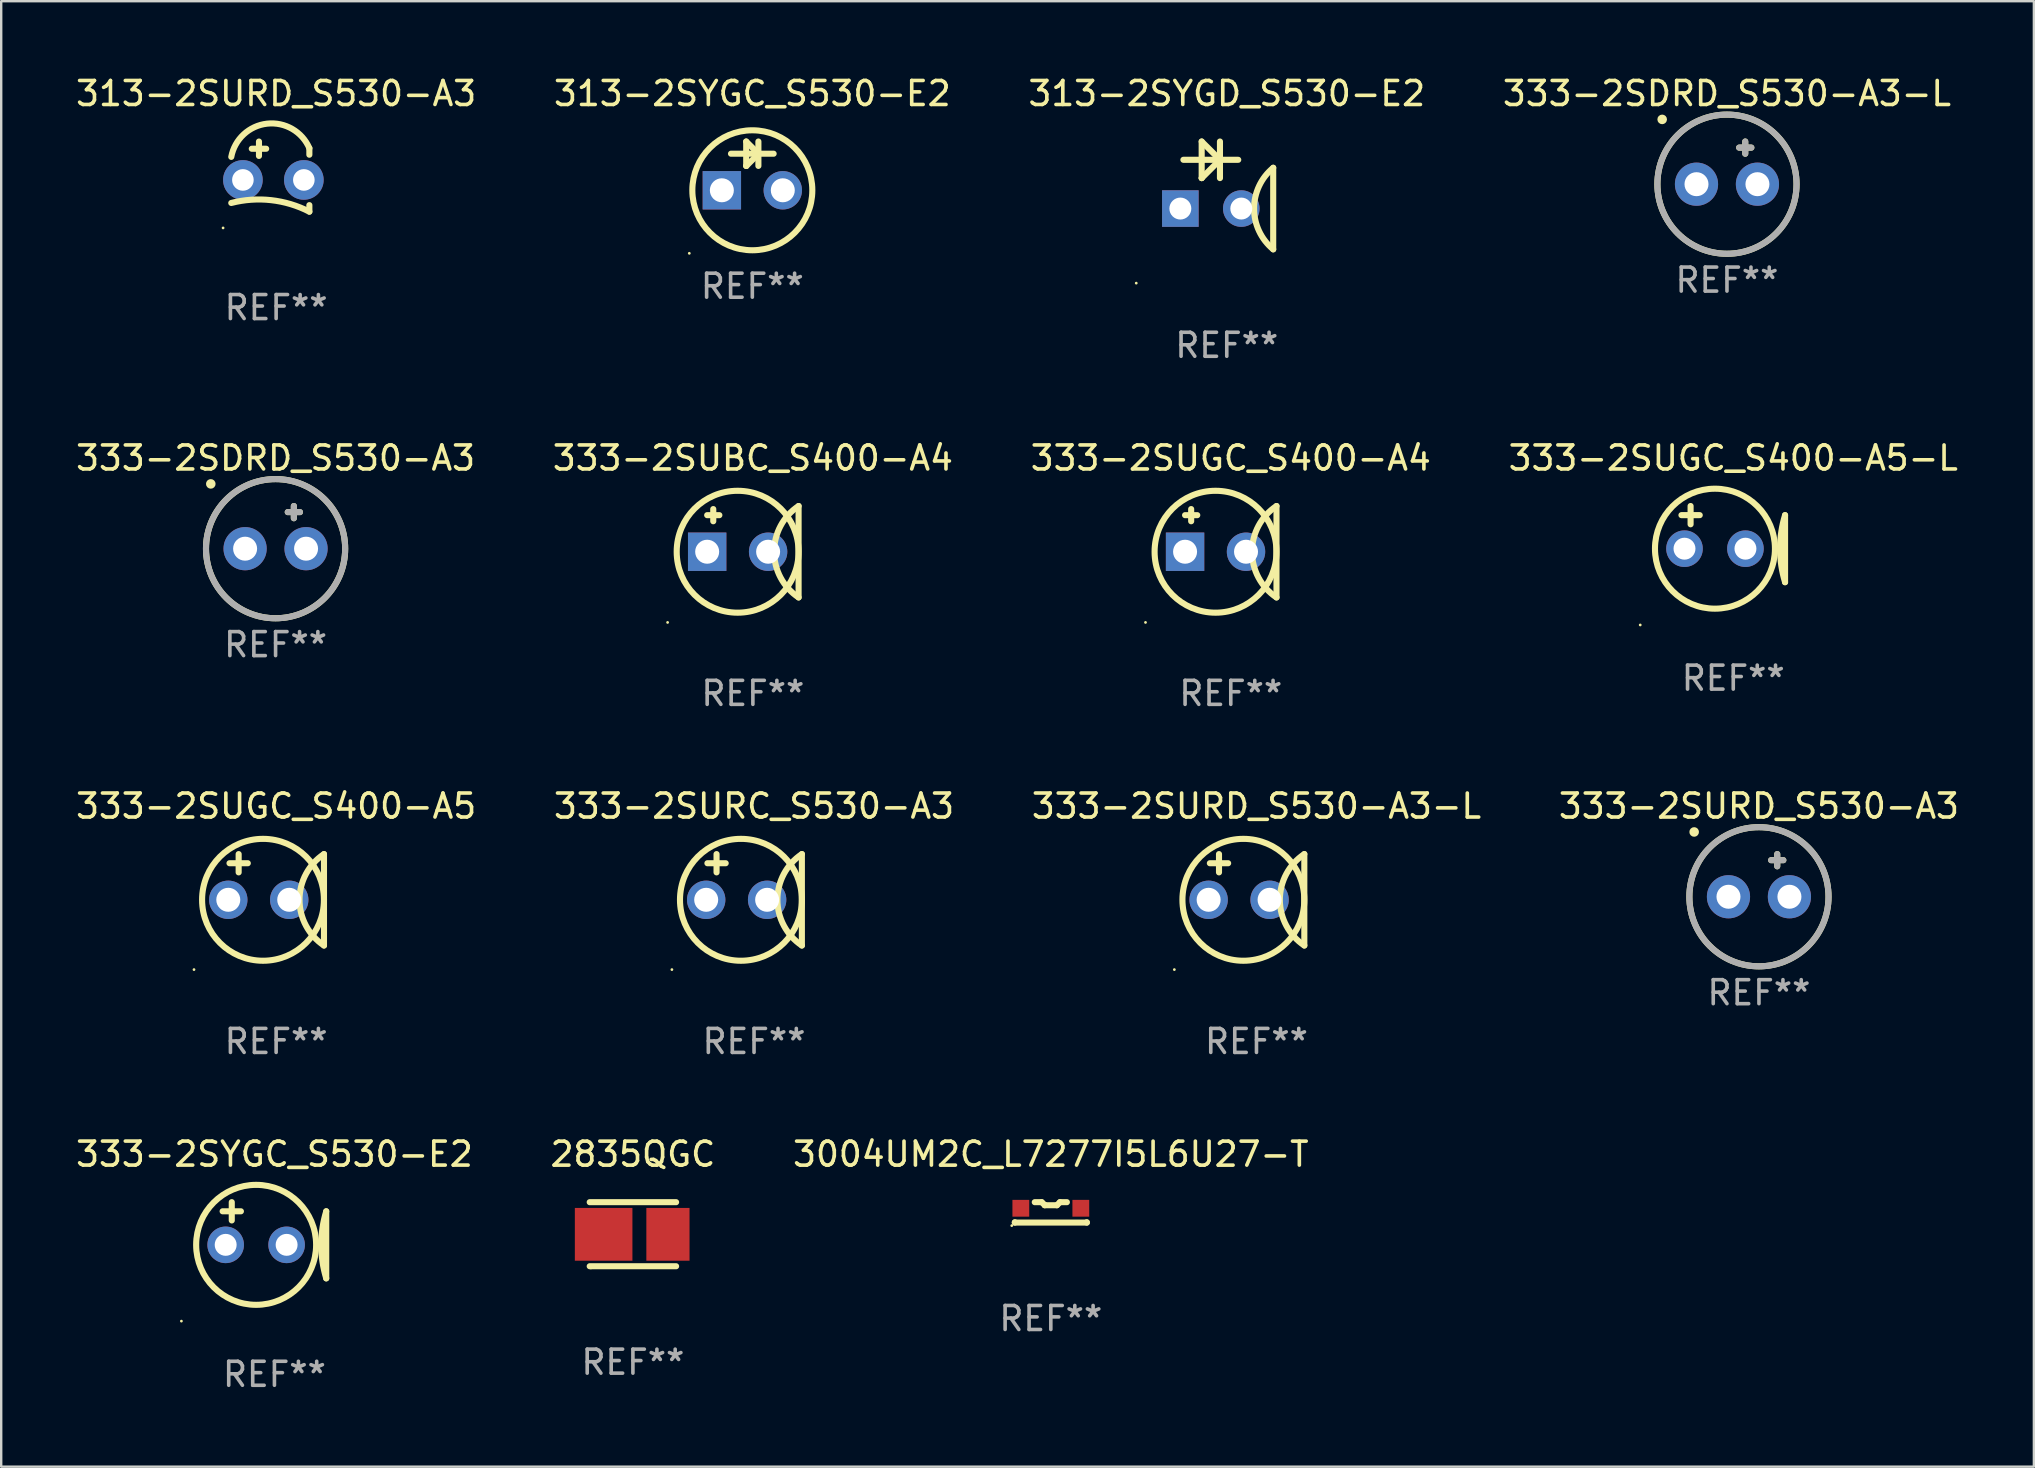
<source format=kicad_pcb>
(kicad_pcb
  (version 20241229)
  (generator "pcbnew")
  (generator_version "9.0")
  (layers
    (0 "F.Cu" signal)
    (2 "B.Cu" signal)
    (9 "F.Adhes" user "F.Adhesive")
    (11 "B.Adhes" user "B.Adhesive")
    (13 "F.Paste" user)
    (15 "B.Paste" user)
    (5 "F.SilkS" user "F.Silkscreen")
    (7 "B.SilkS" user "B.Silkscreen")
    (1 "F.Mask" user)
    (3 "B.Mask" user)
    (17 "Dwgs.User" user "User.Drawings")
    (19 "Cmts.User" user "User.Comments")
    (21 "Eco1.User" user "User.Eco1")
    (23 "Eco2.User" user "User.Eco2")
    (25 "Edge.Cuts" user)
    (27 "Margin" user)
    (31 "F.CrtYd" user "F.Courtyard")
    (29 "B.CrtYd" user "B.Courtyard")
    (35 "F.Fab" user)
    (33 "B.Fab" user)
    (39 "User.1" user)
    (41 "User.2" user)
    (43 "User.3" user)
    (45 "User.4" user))
  (footprint "313-2SYGD_S530-E2"
    (layer "F.Cu")
    (at 48.077 5.095)
    (property "Reference" "313-2SYGD_S530-E2" (at 0 -4.247 0) (layer "F.SilkS") (effects (font (size 1 1) (thickness 0.15))))
    (attr through_hole)
    (fp_line (start -1.808 -1.485) (end 0.478 -1.485) (stroke (width 0.254) (type solid)) (layer "F.SilkS"))
    (fp_line (start -1.046 -2.247) (end -1.046 -0.723) (stroke (width 0.254) (type solid)) (layer "F.SilkS"))
    (fp_line (start -1.046 -0.723) (end -1.044 -0.723) (stroke (width 0.254) (type solid)) (layer "F.SilkS"))
    (fp_line (start -1.044 -0.723) (end -0.282 -1.485) (stroke (width 0.254) (type solid)) (layer "F.SilkS"))
    (fp_line (start -0.284 -2.247) (end -0.284 -0.723) (stroke (width 0.254) (type solid)) (layer "F.SilkS"))
    (fp_line (start -0.284 -1.485) (end -1.046 -2.247) (stroke (width 0.254) (type solid)) (layer "F.SilkS"))
    (fp_line (start -0.278 -1.485) (end -0.284 -1.485) (stroke (width 0.254) (type solid)) (layer "F.SilkS"))
    (fp_line (start 1.935 -1.153) (end 1.935 2.247) (stroke (width 0.254) (type solid)) (layer "F.SilkS"))
    (fp_arc (start 1.935979 2.246266) (mid 1.1372 0.547002) (end 1.93598 -1.152261) (stroke (width 0.254001) (type solid)) (layer "F.SilkS"))
    (fp_circle (center -3.773 3.655) (end -3.743 3.655) (stroke (width 0.06) (type solid)) (fill no) (layer "F.SilkS"))
    (fp_text user "REF**" (at 0 6.247 0) (layer "F.Fab") (effects (font (size 1 1) (thickness 0.15))))
    (pad "1" thru_hole rect (at -1.935 0.547) (size 1.524 1.524) (drill 0.914) (layers "*.Cu" "*.Mask"))
    (pad "2" thru_hole circle (at 0.605 0.547) (size 1.524 1.524) (drill 0.914) (layers "*.Cu" "*.Mask")))
  (footprint "333-2SUGC_S400-A5-L"
    (layer "F.Cu")
    (at 69.185 19.626)
    (property "Reference" "333-2SUGC_S400-A5-L" (at 0 -3.588 0) (layer "F.SilkS") (effects (font (size 1 1) (thickness 0.15))))
    (attr through_hole)
    (fp_line (start -2.159 -1.207) (end -1.397 -1.207) (stroke (width 0.254) (type solid)) (layer "F.SilkS"))
    (fp_line (start -1.778 -0.826) (end -1.778 -1.588) (stroke (width 0.254) (type solid)) (layer "F.SilkS"))
    (fp_line (start 2.159 -1.207) (end 2.159 1.588) (stroke (width 0.254) (type solid)) (layer "F.SilkS"))
    (fp_arc (start 2.159005 1.587504) (mid 1.950538 0.190501) (end 2.159004 -1.206502) (stroke (width 0.254001) (type solid)) (layer "F.SilkS"))
    (fp_circle (center -3.877 3.37) (end -3.847 3.37) (stroke (width 0.06) (type solid)) (fill no) (layer "F.SilkS"))
    (fp_circle (center -0.762 0.191) (end 1.738 0.191) (stroke (width 0.254) (type solid)) (fill no) (layer "F.SilkS"))
    (fp_text user "REF**" (at 0 5.588 0) (layer "F.Fab") (effects (font (size 1 1) (thickness 0.15))))
    (pad "1" thru_hole circle (at -2.032 0.191) (size 1.524 1.524) (drill 0.914) (layers "*.Cu" "*.Mask"))
    (pad "2" thru_hole circle (at 0.508 0.191) (size 1.524 1.524) (drill 0.914) (layers "*.Cu" "*.Mask")))
  (footprint "333-2SURC_S530-A3"
    (layer "F.Cu")
    (at 28.375 34.45)
    (property "Reference" "333-2SURC_S530-A3" (at 0 -3.905 0) (layer "F.SilkS") (effects (font (size 1 1) (thickness 0.15))))
    (attr through_hole)
    (fp_line (start -1.943 -1.524) (end -1.181 -1.524) (stroke (width 0.254) (type solid)) (layer "F.SilkS"))
    (fp_line (start -1.562 -1.143) (end -1.562 -1.905) (stroke (width 0.254) (type solid)) (layer "F.SilkS"))
    (fp_line (start 1.994 1.905) (end 1.994 -1.905) (stroke (width 0.254) (type solid)) (layer "F.SilkS"))
    (fp_arc (start 1.993899 1.905) (mid 0.974377 0) (end 1.993899 -1.905) (stroke (width 0.254001) (type solid)) (layer "F.SilkS"))
    (fp_circle (center -3.423 2.909) (end -3.393 2.909) (stroke (width 0.06) (type solid)) (fill no) (layer "F.SilkS"))
    (fp_circle (center -0.546 0) (end 1.994 0) (stroke (width 0.254) (type solid)) (fill no) (layer "F.SilkS"))
    (fp_text user "REF**" (at 0 5.905 0) (layer "F.Fab") (effects (font (size 1 1) (thickness 0.15))))
    (pad "1" thru_hole circle (at -1.994 0) (size 1.6 1.6) (drill 1) (layers "*.Cu" "*.Mask"))
    (pad "2" thru_hole circle (at 0.546 0) (size 1.6 1.6) (drill 1) (layers "*.Cu" "*.Mask")))
  (footprint "313-2SYGC_S530-E2"
    (layer "F.Cu")
    (at 28.304 3.864)
    (property "Reference" "313-2SYGC_S530-E2" (at 0 -3.016 0) (layer "F.SilkS") (effects (font (size 1 1) (thickness 0.15))))
    (attr through_hole)
    (fp_line (start -0.889 -0.508) (end 0.888 -0.508) (stroke (width 0.254) (type solid)) (layer "F.SilkS"))
    (fp_line (start -0.255 -1.016) (end -0.255 0) (stroke (width 0.254) (type solid)) (layer "F.SilkS"))
    (fp_line (start -0.255 0) (end -0.248 0) (stroke (width 0.254) (type solid)) (layer "F.SilkS"))
    (fp_line (start -0.248 0) (end 0.26 -0.508) (stroke (width 0.254) (type solid)) (layer "F.SilkS"))
    (fp_line (start 0.246 -0.515) (end -0.255 -1.016) (stroke (width 0.254) (type solid)) (layer "F.SilkS"))
    (fp_line (start 0.246 -0.508) (end 0.246 -0.515) (stroke (width 0.254) (type solid)) (layer "F.SilkS"))
    (fp_line (start 0.253 -1.016) (end 0.253 0) (stroke (width 0.254) (type solid)) (layer "F.SilkS"))
    (fp_circle (center -2.627 3.643) (end -2.597 3.643) (stroke (width 0.06) (type solid)) (fill no) (layer "F.SilkS"))
    (fp_circle (center 0 1.016) (end 2.5 1.016) (stroke (width 0.254) (type solid)) (fill no) (layer "F.SilkS"))
    (fp_text user "REF**" (at 0 5.016 0) (layer "F.Fab") (effects (font (size 1 1) (thickness 0.15))))
    (pad "1" thru_hole rect (at -1.27 1.016) (size 1.6 1.6) (drill 1) (layers "*.Cu" "*.Mask"))
    (pad "2" thru_hole circle (at 1.27 1.016) (size 1.6 1.6) (drill 1) (layers "*.Cu" "*.Mask")))
  (footprint "333-2SURD_S530-A3-L"
    (layer "F.Cu")
    (at 49.315 34.45)
    (property "Reference" "333-2SURD_S530-A3-L" (at 0 -3.905 0) (layer "F.SilkS") (effects (font (size 1 1) (thickness 0.15))))
    (attr through_hole)
    (fp_line (start -1.943 -1.524) (end -1.181 -1.524) (stroke (width 0.254) (type solid)) (layer "F.SilkS"))
    (fp_line (start -1.562 -1.143) (end -1.562 -1.905) (stroke (width 0.254) (type solid)) (layer "F.SilkS"))
    (fp_line (start 1.994 1.905) (end 1.994 -1.905) (stroke (width 0.254) (type solid)) (layer "F.SilkS"))
    (fp_arc (start 1.993899 1.905) (mid 0.974377 0) (end 1.993899 -1.905) (stroke (width 0.254001) (type solid)) (layer "F.SilkS"))
    (fp_circle (center -3.423 2.909) (end -3.393 2.909) (stroke (width 0.06) (type solid)) (fill no) (layer "F.SilkS"))
    (fp_circle (center -0.546 0) (end 1.994 0) (stroke (width 0.254) (type solid)) (fill no) (layer "F.SilkS"))
    (fp_text user "REF**" (at 0 5.905 0) (layer "F.Fab") (effects (font (size 1 1) (thickness 0.15))))
    (pad "1" thru_hole circle (at -1.994 0) (size 1.6 1.6) (drill 1) (layers "*.Cu" "*.Mask"))
    (pad "2" thru_hole circle (at 0.546 0) (size 1.6 1.6) (drill 1) (layers "*.Cu" "*.Mask")))
  (footprint "313-2SURD_S530-A3"
    (layer "F.Cu")
    (at 8.458 4.31)
    (property "Reference" "313-2SURD_S530-A3" (at 0 -3.461 0) (layer "F.SilkS") (effects (font (size 1 1) (thickness 0.15))))
    (attr through_hole)
    (fp_line (start -1.015 -1.161) (end -0.415 -1.161) (stroke (width 0.254) (type solid)) (layer "F.SilkS"))
    (fp_line (start -0.715 -1.461) (end -0.715 -0.861) (stroke (width 0.254) (type solid)) (layer "F.SilkS"))
    (fp_line (start 1.385 -0.912) (end 1.385 -1.184) (stroke (width 0.254) (type solid)) (layer "F.SilkS"))
    (fp_line (start 1.385 1.461) (end 1.385 1.189) (stroke (width 0.254) (type solid)) (layer "F.SilkS"))
    (fp_arc (start -1.869406 -0.821678) (mid -0.376295 -2.206311) (end 1.385001 -1.184341) (stroke (width 0.254001) (type solid)) (layer "F.SilkS"))
    (fp_arc (start -1.869406 1.098768) (mid -0.20894 0.981616) (end 1.385001 1.46143) (stroke (width 0.254001) (type solid)) (layer "F.SilkS"))
    (fp_circle (center -2.211 2.139) (end -2.181 2.139) (stroke (width 0.06) (type solid)) (fill no) (layer "F.SilkS"))
    (fp_text user "REF**" (at 0 5.461 0) (layer "F.Fab") (effects (font (size 1 1) (thickness 0.15))))
    (pad "1" thru_hole circle (at -1.385 0.139) (size 1.651 1.651) (drill 0.9) (layers "*.Cu" "*.Mask"))
    (pad "2" thru_hole circle (at 1.155 0.139) (size 1.651 1.651) (drill 0.9) (layers "*.Cu" "*.Mask")))
  (footprint "333-2SDRD_S530-A3"
    (layer "F.Cu")
    (at 8.435 18.928)
    (property "Reference" "333-2SDRD_S530-A3" (at 0 -2.889 0) (layer "F.SilkS") (effects (font (size 1 1) (thickness 0.15))))
    (attr through_hole)
    (fp_line (start 0.508 -0.635) (end 1.016 -0.635) (stroke (width 0.254) (type solid)) (layer "F.SilkS"))
    (fp_line (start 0.762 -0.889) (end 0.762 -0.381) (stroke (width 0.254) (type solid)) (layer "F.SilkS"))
    (fp_circle (center -2.7 -1.811) (end -2.6 -1.811) (stroke (width 0.2) (type solid)) (fill no) (layer "F.SilkS"))
    (fp_circle (center 0 0.889) (end 2.9 0.889) (stroke (width 0.254) (type solid)) (fill no) (layer "F.SilkS"))
    (fp_line (start 0.508 -0.635) (end 1.016 -0.635) (stroke (width 0.254) (type solid)) (layer "F.Fab"))
    (fp_line (start 0.762 -0.889) (end 0.762 -0.381) (stroke (width 0.254) (type solid)) (layer "F.Fab"))
    (fp_circle (center 0 0.889) (end 2.9 0.889) (stroke (width 0.254) (type solid)) (fill no) (layer "F.Fab"))
    (fp_text user "REF**" (at 0 4.889 0) (layer "F.Fab") (effects (font (size 1 1) (thickness 0.15))))
    (pad "1" thru_hole circle (at -1.27 0.889) (size 1.8 1.8) (drill 1) (layers "*.Cu" "*.Mask"))
    (pad "2" thru_hole circle (at 1.27 0.889) (size 1.8 1.8) (drill 1) (layers "*.Cu" "*.Mask")))
  (footprint "333-2SUGC_S400-A5"
    (layer "F.Cu")
    (at 8.458 34.45)
    (property "Reference" "333-2SUGC_S400-A5" (at 0 -3.905 0) (layer "F.SilkS") (effects (font (size 1 1) (thickness 0.15))))
    (attr through_hole)
    (fp_line (start -1.943 -1.524) (end -1.181 -1.524) (stroke (width 0.254) (type solid)) (layer "F.SilkS"))
    (fp_line (start -1.562 -1.143) (end -1.562 -1.905) (stroke (width 0.254) (type solid)) (layer "F.SilkS"))
    (fp_line (start 1.994 1.905) (end 1.994 -1.905) (stroke (width 0.254) (type solid)) (layer "F.SilkS"))
    (fp_arc (start 1.993899 1.905) (mid 0.974377 0) (end 1.993899 -1.905) (stroke (width 0.254001) (type solid)) (layer "F.SilkS"))
    (fp_circle (center -3.423 2.909) (end -3.393 2.909) (stroke (width 0.06) (type solid)) (fill no) (layer "F.SilkS"))
    (fp_circle (center -0.546 0) (end 1.994 0) (stroke (width 0.254) (type solid)) (fill no) (layer "F.SilkS"))
    (fp_text user "REF**" (at 0 5.905 0) (layer "F.Fab") (effects (font (size 1 1) (thickness 0.15))))
    (pad "1" thru_hole circle (at -1.994 0) (size 1.6 1.6) (drill 1) (layers "*.Cu" "*.Mask"))
    (pad "2" thru_hole circle (at 0.546 0) (size 1.6 1.6) (drill 1) (layers "*.Cu" "*.Mask")))
  (footprint "333-2SUBC_S400-A4"
    (layer "F.Cu")
    (at 28.327 19.944)
    (property "Reference" "333-2SUBC_S400-A4" (at 0 -3.905 0) (layer "F.SilkS") (effects (font (size 1 1) (thickness 0.15))))
    (attr through_hole)
    (fp_line (start -1.905 -1.524) (end -1.397 -1.524) (stroke (width 0.254) (type solid)) (layer "F.SilkS"))
    (fp_line (start -1.651 -1.778) (end -1.651 -1.27) (stroke (width 0.254) (type solid)) (layer "F.SilkS"))
    (fp_line (start 1.905 1.905) (end 1.905 -1.905) (stroke (width 0.254) (type solid)) (layer "F.SilkS"))
    (fp_arc (start 1.904999 1.905) (mid 0.885477 0) (end 1.904999 -1.905) (stroke (width 0.254001) (type solid)) (layer "F.SilkS"))
    (fp_circle (center -3.554 2.946) (end -3.524 2.946) (stroke (width 0.06) (type solid)) (fill no) (layer "F.SilkS"))
    (fp_circle (center -0.635 0) (end 1.905 0) (stroke (width 0.254) (type solid)) (fill no) (layer "F.SilkS"))
    (fp_text user "REF**" (at 0 5.905 0) (layer "F.Fab") (effects (font (size 1 1) (thickness 0.15))))
    (pad "1" thru_hole rect (at -1.905 0) (size 1.6 1.6) (drill 1) (layers "*.Cu" "*.Mask"))
    (pad "2" thru_hole circle (at 0.635 0) (size 1.6 1.6) (drill 1) (layers "*.Cu" "*.Mask")))
  (footprint "333-2SDRD_S530-A3-L"
    (layer "F.Cu")
    (at 68.923 3.737)
    (property "Reference" "333-2SDRD_S530-A3-L" (at 0 -2.889 0) (layer "F.SilkS") (effects (font (size 1 1) (thickness 0.15))))
    (attr through_hole)
    (fp_line (start 0.508 -0.635) (end 1.016 -0.635) (stroke (width 0.254) (type solid)) (layer "F.SilkS"))
    (fp_line (start 0.762 -0.889) (end 0.762 -0.381) (stroke (width 0.254) (type solid)) (layer "F.SilkS"))
    (fp_circle (center -2.7 -1.811) (end -2.6 -1.811) (stroke (width 0.2) (type solid)) (fill no) (layer "F.SilkS"))
    (fp_circle (center 0 0.889) (end 2.9 0.889) (stroke (width 0.254) (type solid)) (fill no) (layer "F.SilkS"))
    (fp_line (start 0.508 -0.635) (end 1.016 -0.635) (stroke (width 0.254) (type solid)) (layer "F.Fab"))
    (fp_line (start 0.762 -0.889) (end 0.762 -0.381) (stroke (width 0.254) (type solid)) (layer "F.Fab"))
    (fp_circle (center 0 0.889) (end 2.9 0.889) (stroke (width 0.254) (type solid)) (fill no) (layer "F.Fab"))
    (fp_text user "REF**" (at 0 4.889 0) (layer "F.Fab") (effects (font (size 1 1) (thickness 0.15))))
    (pad "1" thru_hole circle (at -1.27 0.889) (size 1.8 1.8) (drill 1) (layers "*.Cu" "*.Mask"))
    (pad "2" thru_hole circle (at 1.27 0.889) (size 1.8 1.8) (drill 1) (layers "*.Cu" "*.Mask")))
  (footprint "333-2SYGC_S530-E2"
    (layer "F.Cu")
    (at 8.387 48.639)
    (property "Reference" "333-2SYGC_S530-E2" (at 0 -3.588 0) (layer "F.SilkS") (effects (font (size 1 1) (thickness 0.15))))
    (attr through_hole)
    (fp_line (start -2.159 -1.207) (end -1.397 -1.207) (stroke (width 0.254) (type solid)) (layer "F.SilkS"))
    (fp_line (start -1.778 -0.826) (end -1.778 -1.588) (stroke (width 0.254) (type solid)) (layer "F.SilkS"))
    (fp_line (start 2.159 -1.207) (end 2.159 1.588) (stroke (width 0.254) (type solid)) (layer "F.SilkS"))
    (fp_arc (start 2.159005 1.587504) (mid 1.950538 0.190501) (end 2.159004 -1.206502) (stroke (width 0.254001) (type solid)) (layer "F.SilkS"))
    (fp_circle (center -3.877 3.37) (end -3.847 3.37) (stroke (width 0.06) (type solid)) (fill no) (layer "F.SilkS"))
    (fp_circle (center -0.762 0.191) (end 1.738 0.191) (stroke (width 0.254) (type solid)) (fill no) (layer "F.SilkS"))
    (fp_text user "REF**" (at 0 5.588 0) (layer "F.Fab") (effects (font (size 1 1) (thickness 0.15))))
    (pad "1" thru_hole circle (at -2.032 0.191) (size 1.524 1.524) (drill 0.914) (layers "*.Cu" "*.Mask"))
    (pad "2" thru_hole circle (at 0.508 0.191) (size 1.524 1.524) (drill 0.914) (layers "*.Cu" "*.Mask")))
  (footprint "3004UM2C_L7277I5L6U27-T"
    (layer "F.Cu")
    (at 40.744 47.477)
    (property "Reference" "3004UM2C_L7277I5L6U27-T" (at 0 -2.425 0) (layer "F.SilkS") (effects (font (size 1 1) (thickness 0.15))))
    (attr through_hole)
    (fp_line (start -1.5 0.425) (end -1.5 0.41) (stroke (width 0.254) (type solid)) (layer "F.SilkS"))
    (fp_line (start -1.5 0.425) (end 1.5 0.425) (stroke (width 0.254) (type solid)) (layer "F.SilkS"))
    (fp_line (start -0.381 -0.425) (end -0.669 -0.425) (stroke (width 0.254) (type solid)) (layer "F.SilkS"))
    (fp_line (start -0.254 -0.308) (end -0.381 -0.425) (stroke (width 0.254) (type solid)) (layer "F.SilkS"))
    (fp_line (start -0.254 -0.298) (end -0.254 -0.308) (stroke (width 0.254) (type solid)) (layer "F.SilkS"))
    (fp_line (start 0.254 -0.298) (end -0.254 -0.298) (stroke (width 0.254) (type solid)) (layer "F.SilkS"))
    (fp_line (start 0.381 -0.425) (end 0.254 -0.298) (stroke (width 0.254) (type solid)) (layer "F.SilkS"))
    (fp_line (start 0.669 -0.425) (end 0.381 -0.425) (stroke (width 0.254) (type solid)) (layer "F.SilkS"))
    (fp_line (start 1.5 0.425) (end 1.5 0.41) (stroke (width 0.254) (type solid)) (layer "F.SilkS"))
    (fp_circle (center -1.627 0.552) (end -1.597 0.552) (stroke (width 0.06) (type solid)) (fill no) (layer "F.SilkS"))
    (fp_text user "REF**" (at 0 4.425 0) (layer "F.Fab") (effects (font (size 1 1) (thickness 0.15))))
    (pad "1" smd rect (at -1.25 -0.171 180) (size 0.7 0.7) (layers "F.Cu" "F.Mask" "F.Paste"))
    (pad "2" smd rect (at 1.25 -0.171 180) (size 0.7 0.7) (layers "F.Cu" "F.Mask" "F.Paste")))
  (footprint "333-2SUGC_S400-A4"
    (layer "F.Cu")
    (at 48.244 19.944)
    (property "Reference" "333-2SUGC_S400-A4" (at 0 -3.905 0) (layer "F.SilkS") (effects (font (size 1 1) (thickness 0.15))))
    (attr through_hole)
    (fp_line (start -1.905 -1.524) (end -1.397 -1.524) (stroke (width 0.254) (type solid)) (layer "F.SilkS"))
    (fp_line (start -1.651 -1.778) (end -1.651 -1.27) (stroke (width 0.254) (type solid)) (layer "F.SilkS"))
    (fp_line (start 1.905 1.905) (end 1.905 -1.905) (stroke (width 0.254) (type solid)) (layer "F.SilkS"))
    (fp_arc (start 1.904999 1.905) (mid 0.885477 0) (end 1.904999 -1.905) (stroke (width 0.254001) (type solid)) (layer "F.SilkS"))
    (fp_circle (center -3.554 2.946) (end -3.524 2.946) (stroke (width 0.06) (type solid)) (fill no) (layer "F.SilkS"))
    (fp_circle (center -0.635 0) (end 1.905 0) (stroke (width 0.254) (type solid)) (fill no) (layer "F.SilkS"))
    (fp_text user "REF**" (at 0 5.905 0) (layer "F.Fab") (effects (font (size 1 1) (thickness 0.15))))
    (pad "1" thru_hole rect (at -1.905 0) (size 1.6 1.6) (drill 1) (layers "*.Cu" "*.Mask"))
    (pad "2" thru_hole circle (at 0.635 0) (size 1.6 1.6) (drill 1) (layers "*.Cu" "*.Mask")))
  (footprint "2835QGC"
    (layer "F.Cu")
    (at 23.327 48.387)
    (property "Reference" "2835QGC" (at 0 -3.335 0) (layer "F.SilkS") (effects (font (size 1 1) (thickness 0.15))))
    (attr through_hole)
    (fp_line (start -1.8 -1.335) (end 1.8 -1.335) (stroke (width 0.254) (type solid)) (layer "F.SilkS"))
    (fp_line (start 1.8 1.335) (end -1.8 1.335) (stroke (width 0.254) (type solid)) (layer "F.SilkS"))
    (fp_circle (center -1.75 1.405) (end -1.72 1.405) (stroke (width 0.06) (type solid)) (fill no) (layer "F.SilkS"))
    (fp_text user "REF**" (at 0 5.335 0) (layer "F.Fab") (effects (font (size 1 1) (thickness 0.15))))
    (pad "1" smd rect (at -1.22 0.005) (size 2.4 2.2) (layers "F.Cu" "F.Mask" "F.Paste"))
    (pad "2" smd rect (at 1.46 0.005) (size 1.8 2.2) (layers "F.Cu" "F.Mask" "F.Paste")))
  (footprint "333-2SURD_S530-A3"
    (layer "F.Cu")
    (at 70.256 33.434)
    (property "Reference" "333-2SURD_S530-A3" (at 0 -2.889 0) (layer "F.SilkS") (effects (font (size 1 1) (thickness 0.15))))
    (attr through_hole)
    (fp_line (start 0.508 -0.635) (end 1.016 -0.635) (stroke (width 0.254) (type solid)) (layer "F.SilkS"))
    (fp_line (start 0.762 -0.889) (end 0.762 -0.381) (stroke (width 0.254) (type solid)) (layer "F.SilkS"))
    (fp_circle (center -2.7 -1.811) (end -2.6 -1.811) (stroke (width 0.2) (type solid)) (fill no) (layer "F.SilkS"))
    (fp_circle (center 0 0.889) (end 2.9 0.889) (stroke (width 0.254) (type solid)) (fill no) (layer "F.SilkS"))
    (fp_line (start 0.508 -0.635) (end 1.016 -0.635) (stroke (width 0.254) (type solid)) (layer "F.Fab"))
    (fp_line (start 0.762 -0.889) (end 0.762 -0.381) (stroke (width 0.254) (type solid)) (layer "F.Fab"))
    (fp_circle (center 0 0.889) (end 2.9 0.889) (stroke (width 0.254) (type solid)) (fill no) (layer "F.Fab"))
    (fp_text user "REF**" (at 0 4.889 0) (layer "F.Fab") (effects (font (size 1 1) (thickness 0.15))))
    (pad "1" thru_hole circle (at -1.27 0.889) (size 1.8 1.8) (drill 1) (layers "*.Cu" "*.Mask"))
    (pad "2" thru_hole circle (at 1.27 0.889) (size 1.8 1.8) (drill 1) (layers "*.Cu" "*.Mask")))
  (gr_rect
    (start -3 -3)
    (end 81.714 58.075)
    (stroke (width 0.1) (type default))
    (fill no)
    (layer "Edge.Cuts")))
</source>
